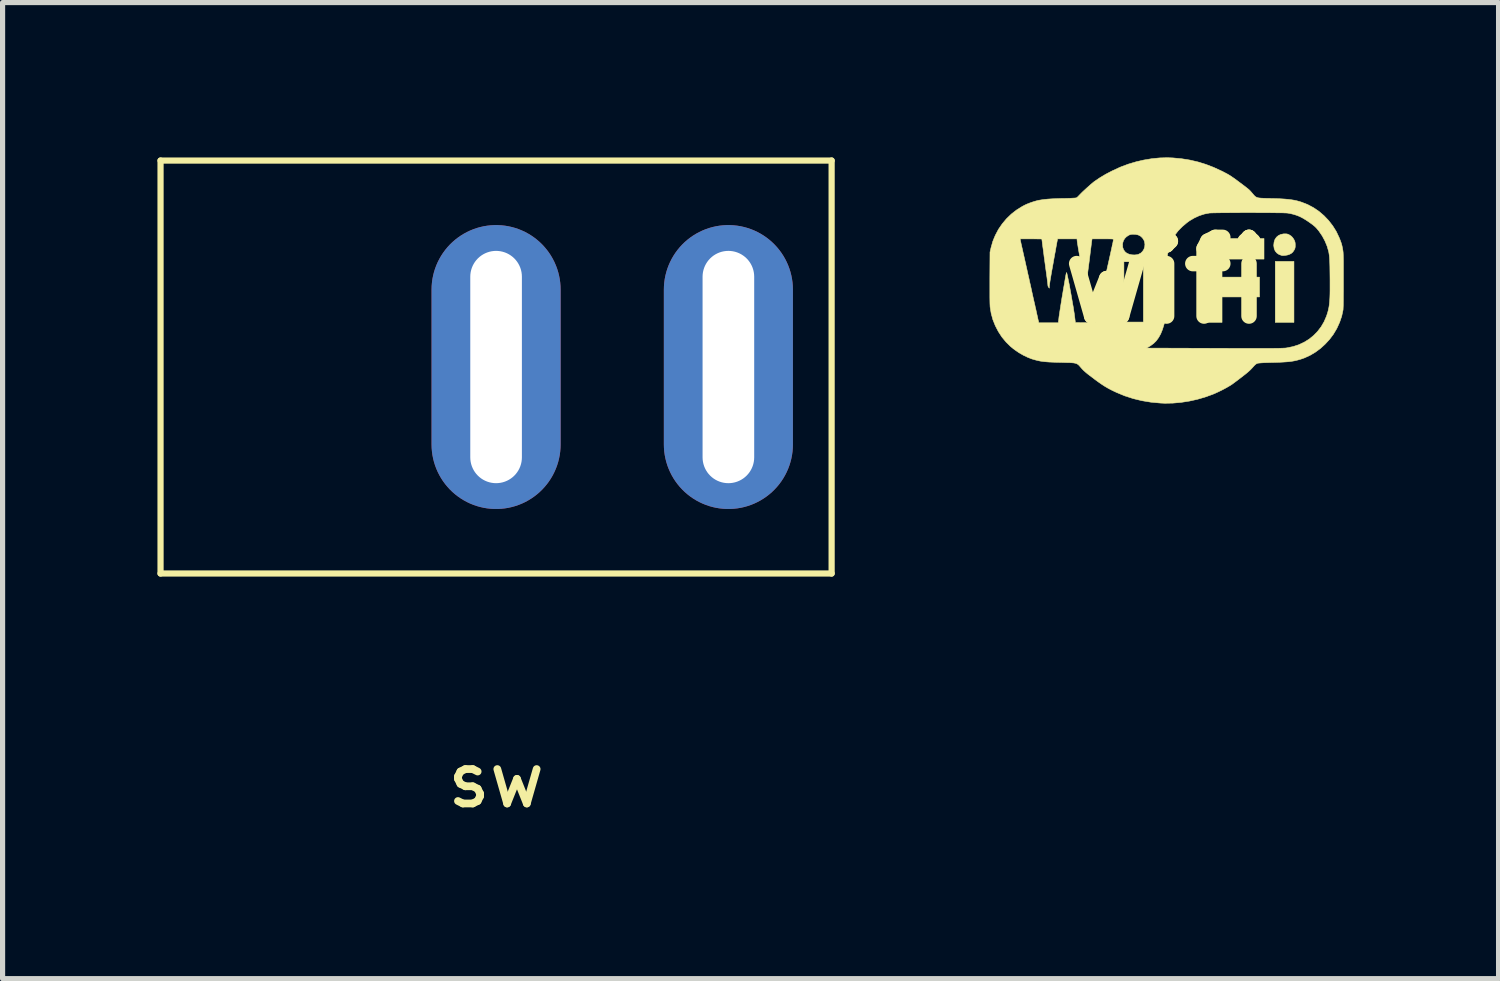
<source format=kicad_pcb>
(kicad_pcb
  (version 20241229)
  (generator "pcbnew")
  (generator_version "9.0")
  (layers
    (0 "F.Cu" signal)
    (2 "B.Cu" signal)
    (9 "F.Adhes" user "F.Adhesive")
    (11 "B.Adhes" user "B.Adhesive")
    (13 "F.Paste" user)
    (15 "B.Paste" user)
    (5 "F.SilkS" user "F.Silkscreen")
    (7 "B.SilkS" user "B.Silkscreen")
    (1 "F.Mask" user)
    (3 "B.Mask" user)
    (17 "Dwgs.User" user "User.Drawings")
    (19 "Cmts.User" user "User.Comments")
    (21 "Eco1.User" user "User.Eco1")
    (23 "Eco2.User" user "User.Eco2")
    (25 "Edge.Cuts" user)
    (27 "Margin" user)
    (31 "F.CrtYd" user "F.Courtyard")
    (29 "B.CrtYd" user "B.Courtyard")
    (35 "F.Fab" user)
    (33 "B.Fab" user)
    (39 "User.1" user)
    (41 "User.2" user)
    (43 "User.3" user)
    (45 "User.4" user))
  (footprint "wifi"
    (layer "F.Cu")
    (at 19.549 2.383)
    (property "Reference" "wifi" (at 0 0 0) (layer "F.SilkS") (effects (font (size 1.524 1.524) (thickness 0.3))))
    (attr through_hole)
    (fp_poly (pts (xy 2.467 0.813) (xy 2.105 0.813) (xy 2.105 -0.37) (xy 2.467 -0.37) (xy 2.467 0.813)) (stroke (width 0.01) (type solid)) (fill yes) (layer "F.SilkS"))
    (fp_poly (pts (xy 1.887 -0.414) (xy 1.074 -0.414) (xy 1.074 -0.065) (xy 1.8 -0.065) (xy 1.8 0.319) (xy 1.074 0.319) (xy 1.074 0.813) (xy 0.682 0.813) (xy 0.682 -0.813) (xy 1.887 -0.813) (xy 1.887 -0.414)) (stroke (width 0.01) (type solid)) (fill yes) (layer "F.SilkS"))
    (fp_poly (pts (xy 2.317 -0.903) (xy 2.34 -0.899) (xy 2.361 -0.892) (xy 2.379 -0.882) (xy 2.413 -0.86) (xy 2.439 -0.834) (xy 2.462 -0.801) (xy 2.473 -0.781) (xy 2.483 -0.758) (xy 2.489 -0.736) (xy 2.492 -0.708) (xy 2.492 -0.686) (xy 2.492 -0.654) (xy 2.489 -0.632) (xy 2.483 -0.612) (xy 2.472 -0.59) (xy 2.471 -0.589) (xy 2.445 -0.55) (xy 2.412 -0.522) (xy 2.369 -0.501) (xy 2.368 -0.501) (xy 2.34 -0.493) (xy 2.307 -0.487) (xy 2.273 -0.483) (xy 2.245 -0.482) (xy 2.232 -0.484) (xy 2.178 -0.503) (xy 2.136 -0.532) (xy 2.104 -0.57) (xy 2.084 -0.617) (xy 2.076 -0.672) (xy 2.076 -0.686) (xy 2.082 -0.744) (xy 2.099 -0.795) (xy 2.128 -0.838) (xy 2.166 -0.87) (xy 2.213 -0.892) (xy 2.268 -0.903) (xy 2.286 -0.903) (xy 2.317 -0.903)) (stroke (width 0.01) (type solid)) (fill yes) (layer "F.SilkS"))
    (fp_poly (pts (xy 0.122 -2.374) (xy 0.292 -2.358) (xy 0.453 -2.332) (xy 0.608 -2.296) (xy 0.76 -2.249) (xy 0.911 -2.191) (xy 1.065 -2.12) (xy 1.077 -2.115) (xy 1.122 -2.091) (xy 1.163 -2.07) (xy 1.202 -2.048) (xy 1.24 -2.024) (xy 1.28 -1.997) (xy 1.325 -1.966) (xy 1.376 -1.928) (xy 1.436 -1.883) (xy 1.441 -1.88) (xy 1.488 -1.844) (xy 1.525 -1.816) (xy 1.554 -1.793) (xy 1.577 -1.775) (xy 1.595 -1.76) (xy 1.61 -1.745) (xy 1.624 -1.731) (xy 1.639 -1.714) (xy 1.655 -1.695) (xy 1.664 -1.685) (xy 1.683 -1.662) (xy 1.7 -1.643) (xy 1.716 -1.628) (xy 1.732 -1.617) (xy 1.752 -1.608) (xy 1.775 -1.601) (xy 1.804 -1.597) (xy 1.841 -1.594) (xy 1.888 -1.592) (xy 1.945 -1.59) (xy 2.015 -1.589) (xy 2.017 -1.588) (xy 2.12 -1.586) (xy 2.209 -1.582) (xy 2.288 -1.577) (xy 2.357 -1.571) (xy 2.419 -1.563) (xy 2.475 -1.554) (xy 2.528 -1.542) (xy 2.578 -1.528) (xy 2.613 -1.517) (xy 2.733 -1.47) (xy 2.846 -1.41) (xy 2.952 -1.338) (xy 3.049 -1.255) (xy 3.138 -1.162) (xy 3.217 -1.06) (xy 3.286 -0.95) (xy 3.342 -0.832) (xy 3.355 -0.801) (xy 3.37 -0.761) (xy 3.382 -0.729) (xy 3.39 -0.701) (xy 3.398 -0.672) (xy 3.405 -0.637) (xy 3.411 -0.607) (xy 3.413 -0.592) (xy 3.416 -0.577) (xy 3.418 -0.56) (xy 3.42 -0.542) (xy 3.421 -0.521) (xy 3.422 -0.495) (xy 3.423 -0.464) (xy 3.424 -0.426) (xy 3.425 -0.38) (xy 3.425 -0.326) (xy 3.425 -0.261) (xy 3.425 -0.186) (xy 3.425 -0.098) (xy 3.425 -0.001) (xy 3.425 0.108) (xy 3.425 0.208) (xy 3.424 0.297) (xy 3.424 0.374) (xy 3.423 0.44) (xy 3.422 0.494) (xy 3.42 0.535) (xy 3.419 0.562) (xy 3.418 0.573) (xy 3.392 0.693) (xy 3.352 0.81) (xy 3.299 0.927) (xy 3.291 0.941) (xy 3.229 1.045) (xy 3.155 1.143) (xy 3.071 1.234) (xy 2.98 1.317) (xy 2.882 1.389) (xy 2.779 1.45) (xy 2.673 1.499) (xy 2.614 1.52) (xy 2.568 1.534) (xy 2.524 1.546) (xy 2.481 1.556) (xy 2.436 1.564) (xy 2.388 1.571) (xy 2.335 1.576) (xy 2.275 1.58) (xy 2.206 1.584) (xy 2.125 1.587) (xy 2.043 1.589) (xy 1.963 1.591) (xy 1.897 1.593) (xy 1.844 1.596) (xy 1.804 1.599) (xy 1.776 1.602) (xy 1.76 1.605) (xy 1.76 1.605) (xy 1.734 1.618) (xy 1.706 1.642) (xy 1.698 1.65) (xy 1.677 1.673) (xy 1.651 1.702) (xy 1.625 1.729) (xy 1.623 1.731) (xy 1.605 1.748) (xy 1.577 1.773) (xy 1.541 1.803) (xy 1.498 1.837) (xy 1.449 1.875) (xy 1.397 1.915) (xy 1.344 1.955) (xy 1.29 1.995) (xy 1.274 2.007) (xy 1.235 2.033) (xy 1.185 2.062) (xy 1.128 2.094) (xy 1.067 2.126) (xy 1.003 2.157) (xy 0.942 2.185) (xy 0.898 2.204) (xy 0.751 2.257) (xy 0.598 2.302) (xy 0.44 2.337) (xy 0.28 2.362) (xy 0.122 2.376) (xy -0.032 2.379) (xy -0.12 2.375) (xy -0.304 2.358) (xy -0.479 2.329) (xy -0.648 2.288) (xy -0.812 2.235) (xy -0.971 2.169) (xy -1.045 2.134) (xy -1.094 2.109) (xy -1.139 2.085) (xy -1.182 2.06) (xy -1.225 2.033) (xy -1.27 2.003) (xy -1.32 1.968) (xy -1.378 1.926) (xy -1.433 1.884) (xy -1.486 1.844) (xy -1.528 1.812) (xy -1.562 1.784) (xy -1.59 1.759) (xy -1.614 1.737) (xy -1.636 1.714) (xy -1.651 1.697) (xy -1.673 1.672) (xy -1.691 1.651) (xy -1.708 1.634) (xy -1.726 1.621) (xy -1.745 1.611) (xy -1.768 1.604) (xy -1.796 1.598) (xy -1.831 1.595) (xy -1.875 1.592) (xy -1.929 1.591) (xy -1.994 1.589) (xy -2.035 1.588) (xy -2.129 1.586) (xy -2.21 1.583) (xy -2.281 1.58) (xy -2.342 1.575) (xy -2.397 1.569) (xy -2.447 1.562) (xy -2.493 1.552) (xy -2.538 1.541) (xy -2.584 1.528) (xy -2.617 1.518) (xy -2.695 1.487) (xy -2.778 1.447) (xy -2.861 1.399) (xy -2.941 1.344) (xy -2.984 1.31) (xy -0.388 1.31) (xy 0.806 1.314) (xy 0.978 1.315) (xy 1.136 1.315) (xy 1.281 1.316) (xy 1.414 1.316) (xy 1.534 1.316) (xy 1.643 1.316) (xy 1.741 1.316) (xy 1.829 1.316) (xy 1.908 1.316) (xy 1.977 1.316) (xy 2.039 1.316) (xy 2.092 1.315) (xy 2.139 1.315) (xy 2.179 1.314) (xy 2.213 1.313) (xy 2.243 1.312) (xy 2.267 1.311) (xy 2.288 1.31) (xy 2.305 1.309) (xy 2.32 1.307) (xy 2.332 1.305) (xy 2.333 1.305) (xy 2.45 1.281) (xy 2.561 1.245) (xy 2.665 1.196) (xy 2.761 1.137) (xy 2.848 1.066) (xy 2.926 0.986) (xy 2.994 0.897) (xy 3.051 0.799) (xy 3.097 0.693) (xy 3.117 0.632) (xy 3.128 0.593) (xy 3.137 0.554) (xy 3.145 0.516) (xy 3.151 0.475) (xy 3.156 0.432) (xy 3.16 0.383) (xy 3.163 0.328) (xy 3.165 0.265) (xy 3.166 0.193) (xy 3.166 0.11) (xy 3.166 0.013) (xy 3.166 -0.011) (xy 3.165 -0.111) (xy 3.164 -0.198) (xy 3.163 -0.273) (xy 3.161 -0.338) (xy 3.159 -0.393) (xy 3.156 -0.44) (xy 3.152 -0.481) (xy 3.147 -0.516) (xy 3.142 -0.547) (xy 3.138 -0.565) (xy 3.109 -0.665) (xy 3.067 -0.766) (xy 3.015 -0.863) (xy 2.953 -0.954) (xy 2.907 -1.01) (xy 2.879 -1.039) (xy 2.84 -1.072) (xy 2.793 -1.107) (xy 2.742 -1.143) (xy 2.69 -1.177) (xy 2.638 -1.208) (xy 2.59 -1.233) (xy 2.58 -1.238) (xy 2.52 -1.262) (xy 2.452 -1.283) (xy 2.383 -1.299) (xy 2.337 -1.306) (xy 2.319 -1.307) (xy 2.288 -1.308) (xy 2.245 -1.31) (xy 2.191 -1.31) (xy 2.128 -1.311) (xy 2.056 -1.312) (xy 1.978 -1.313) (xy 1.894 -1.313) (xy 1.806 -1.313) (xy 1.715 -1.314) (xy 1.622 -1.314) (xy 1.528 -1.314) (xy 1.436 -1.314) (xy 1.345 -1.313) (xy 1.257 -1.313) (xy 1.174 -1.312) (xy 1.097 -1.312) (xy 1.027 -1.311) (xy 0.965 -1.31) (xy 0.913 -1.309) (xy 0.872 -1.308) (xy 0.843 -1.307) (xy 0.829 -1.306) (xy 0.732 -1.287) (xy 0.635 -1.256) (xy 0.539 -1.212) (xy 0.447 -1.158) (xy 0.392 -1.118) (xy 0.301 -1.041) (xy 0.224 -0.962) (xy 0.161 -0.88) (xy 0.109 -0.794) (xy 0.07 -0.703) (xy 0.043 -0.611) (xy 0.035 -0.58) (xy 0.029 -0.552) (xy 0.023 -0.527) (xy 0.018 -0.503) (xy 0.015 -0.479) (xy 0.012 -0.454) (xy 0.009 -0.426) (xy 0.007 -0.394) (xy 0.006 -0.357) (xy 0.005 -0.313) (xy 0.004 -0.261) (xy 0.004 -0.2) (xy 0.004 -0.128) (xy 0.004 -0.045) (xy 0.003 0.051) (xy 0.003 0.16) (xy 0.003 0.255) (xy 0.002 0.339) (xy 0.002 0.412) (xy 0.000322 0.475) (xy -0.001 0.53) (xy -0.004 0.578) (xy -0.007 0.621) (xy -0.011 0.659) (xy -0.015 0.694) (xy -0.021 0.727) (xy -0.027 0.759) (xy -0.035 0.792) (xy -0.043 0.827) (xy -0.05 0.853) (xy -0.08 0.95) (xy -0.114 1.034) (xy -0.154 1.106) (xy -0.199 1.168) (xy -0.252 1.221) (xy -0.312 1.265) (xy -0.327 1.274) (xy -0.388 1.31) (xy -2.984 1.31) (xy -3.014 1.286) (xy -3.023 1.279) (xy -3.111 1.192) (xy -3.191 1.095) (xy -3.26 0.989) (xy -3.318 0.877) (xy -3.365 0.76) (xy -3.398 0.64) (xy -3.418 0.519) (xy -3.419 0.515) (xy -3.42 0.489) (xy -3.422 0.448) (xy -3.423 0.393) (xy -3.424 0.324) (xy -3.424 0.241) (xy -3.424 0.145) (xy -3.424 0.036) (xy -3.424 -0.054) (xy -3.421 -0.548) (xy -3.402 -0.632) (xy -3.367 -0.756) (xy -3.347 -0.806) (xy -2.837 -0.806) (xy -2.833 -0.782) (xy -2.83 -0.767) (xy -2.824 -0.74) (xy -2.817 -0.706) (xy -2.808 -0.668) (xy -2.805 -0.653) (xy -2.794 -0.606) (xy -2.782 -0.551) (xy -2.769 -0.494) (xy -2.757 -0.441) (xy -2.755 -0.432) (xy -2.744 -0.383) (xy -2.731 -0.325) (xy -2.718 -0.266) (xy -2.705 -0.209) (xy -2.7 -0.185) (xy -2.689 -0.135) (xy -2.677 -0.084) (xy -2.665 -0.031) (xy -2.653 0.026) (xy -2.638 0.09) (xy -2.622 0.163) (xy -2.604 0.247) (xy -2.594 0.292) (xy -2.583 0.341) (xy -2.571 0.394) (xy -2.559 0.445) (xy -2.549 0.489) (xy -2.547 0.501) (xy -2.536 0.547) (xy -2.525 0.598) (xy -2.514 0.649) (xy -2.507 0.679) (xy -2.499 0.715) (xy -2.492 0.749) (xy -2.485 0.777) (xy -2.481 0.793) (xy -2.474 0.82) (xy -2.099 0.82) (xy -2.095 0.793) (xy -2.091 0.77) (xy -2.088 0.741) (xy -2.086 0.722) (xy -2.084 0.703) (xy -2.079 0.671) (xy -2.073 0.631) (xy -2.066 0.584) (xy -2.058 0.534) (xy -2.053 0.501) (xy -2.045 0.449) (xy -2.037 0.401) (xy -2.03 0.354) (xy -2.022 0.307) (xy -2.013 0.256) (xy -2.004 0.2) (xy -1.993 0.136) (xy -1.98 0.063) (xy -1.966 -0.022) (xy -1.962 -0.046) (xy -1.955 -0.084) (xy -1.949 -0.116) (xy -1.943 -0.139) (xy -1.939 -0.153) (xy -1.938 -0.154) (xy -1.934 -0.145) (xy -1.928 -0.123) (xy -1.921 -0.09) (xy -1.912 -0.049) (xy -1.902 -0.001) (xy -1.891 0.053) (xy -1.88 0.109) (xy -1.87 0.167) (xy -1.862 0.21) (xy -1.852 0.266) (xy -1.841 0.329) (xy -1.83 0.393) (xy -1.82 0.452) (xy -1.814 0.483) (xy -1.805 0.534) (xy -1.797 0.59) (xy -1.788 0.645) (xy -1.782 0.694) (xy -1.779 0.715) (xy -1.767 0.816) (xy -1.375 0.82) (xy -1.362 0.742) (xy -1.355 0.706) (xy -1.347 0.661) (xy -1.337 0.612) (xy -1.327 0.563) (xy -1.323 0.548) (xy -1.304 0.46) (xy -1.283 0.362) (xy -1.26 0.257) (xy -1.236 0.149) (xy -1.212 0.042) (xy -1.19 -0.061) (xy -1.169 -0.155) (xy -1.168 -0.156) (xy -1.157 -0.206) (xy -1.146 -0.257) (xy -1.134 -0.309) (xy -1.122 -0.363) (xy -0.827 -0.363) (xy -0.827 0.806) (xy -0.45 0.806) (xy -0.45 -0.363) (xy -0.827 -0.363) (xy -1.122 -0.363) (xy -1.121 -0.366) (xy -1.107 -0.429) (xy -1.091 -0.501) (xy -1.073 -0.583) (xy -1.06 -0.643) (xy -1.052 -0.68) (xy -0.854 -0.68) (xy -0.848 -0.635) (xy -0.832 -0.593) (xy -0.805 -0.556) (xy -0.772 -0.529) (xy -0.727 -0.509) (xy -0.675 -0.497) (xy -0.62 -0.494) (xy -0.567 -0.5) (xy -0.542 -0.508) (xy -0.499 -0.531) (xy -0.464 -0.565) (xy -0.439 -0.606) (xy -0.424 -0.652) (xy -0.42 -0.702) (xy -0.428 -0.751) (xy -0.439 -0.78) (xy -0.468 -0.825) (xy -0.505 -0.859) (xy -0.551 -0.882) (xy -0.605 -0.893) (xy -0.636 -0.894) (xy -0.669 -0.894) (xy -0.694 -0.891) (xy -0.716 -0.884) (xy -0.736 -0.875) (xy -0.778 -0.847) (xy -0.812 -0.812) (xy -0.836 -0.771) (xy -0.85 -0.726) (xy -0.854 -0.68) (xy -1.052 -0.68) (xy -1.05 -0.686) (xy -1.042 -0.725) (xy -1.036 -0.757) (xy -1.032 -0.78) (xy -1.031 -0.79) (xy -1.031 -0.795) (xy -1.033 -0.798) (xy -1.038 -0.801) (xy -1.048 -0.803) (xy -1.065 -0.804) (xy -1.089 -0.805) (xy -1.123 -0.805) (xy -1.168 -0.806) (xy -1.226 -0.806) (xy -1.443 -0.806) (xy -1.447 -0.786) (xy -1.449 -0.772) (xy -1.453 -0.746) (xy -1.457 -0.713) (xy -1.462 -0.673) (xy -1.465 -0.646) (xy -1.471 -0.601) (xy -1.478 -0.546) (xy -1.485 -0.486) (xy -1.493 -0.424) (xy -1.5 -0.366) (xy -1.501 -0.359) (xy -1.509 -0.298) (xy -1.518 -0.23) (xy -1.527 -0.16) (xy -1.535 -0.093) (xy -1.543 -0.036) (xy -1.549 0.01) (xy -1.554 0.052) (xy -1.56 0.087) (xy -1.564 0.113) (xy -1.567 0.128) (xy -1.568 0.13) (xy -1.574 0.135) (xy -1.581 0.125) (xy -1.588 0.1) (xy -1.596 0.062) (xy -1.6 0.032) (xy -1.603 0.012) (xy -1.606 -0.01) (xy -1.61 -0.034) (xy -1.615 -0.063) (xy -1.62 -0.096) (xy -1.627 -0.136) (xy -1.635 -0.183) (xy -1.645 -0.239) (xy -1.656 -0.305) (xy -1.67 -0.382) (xy -1.685 -0.471) (xy -1.694 -0.525) (xy -1.703 -0.578) (xy -1.712 -0.629) (xy -1.719 -0.675) (xy -1.726 -0.715) (xy -1.73 -0.744) (xy -1.732 -0.759) (xy -1.736 -0.806) (xy -2.112 -0.806) (xy -2.115 -0.789) (xy -2.117 -0.776) (xy -2.122 -0.752) (xy -2.128 -0.72) (xy -2.134 -0.683) (xy -2.137 -0.671) (xy -2.145 -0.626) (xy -2.154 -0.572) (xy -2.165 -0.516) (xy -2.174 -0.464) (xy -2.177 -0.45) (xy -2.196 -0.342) (xy -2.213 -0.248) (xy -2.228 -0.166) (xy -2.24 -0.095) (xy -2.25 -0.036) (xy -2.258 0.013) (xy -2.264 0.053) (xy -2.268 0.084) (xy -2.271 0.108) (xy -2.272 0.125) (xy -2.272 0.126) (xy -2.272 0.149) (xy -2.286 0.132) (xy -2.297 0.112) (xy -2.3 0.092) (xy -2.301 0.085) (xy -2.301 0.076) (xy -2.303 0.062) (xy -2.305 0.043) (xy -2.308 0.018) (xy -2.312 -0.014) (xy -2.317 -0.054) (xy -2.324 -0.103) (xy -2.332 -0.163) (xy -2.342 -0.234) (xy -2.353 -0.317) (xy -2.366 -0.414) (xy -2.373 -0.462) (xy -2.379 -0.513) (xy -2.386 -0.566) (xy -2.393 -0.618) (xy -2.4 -0.667) (xy -2.406 -0.712) (xy -2.41 -0.75) (xy -2.414 -0.779) (xy -2.416 -0.797) (xy -2.417 -0.802) (xy -2.424 -0.803) (xy -2.443 -0.804) (xy -2.474 -0.804) (xy -2.513 -0.805) (xy -2.56 -0.805) (xy -2.613 -0.806) (xy -2.627 -0.806) (xy -2.837 -0.806) (xy -3.347 -0.806) (xy -3.318 -0.875) (xy -3.258 -0.989) (xy -3.185 -1.096) (xy -3.102 -1.195) (xy -3.009 -1.285) (xy -2.907 -1.365) (xy -2.796 -1.434) (xy -2.751 -1.458) (xy -2.704 -1.48) (xy -2.648 -1.502) (xy -2.59 -1.522) (xy -2.534 -1.539) (xy -2.486 -1.551) (xy -2.482 -1.552) (xy -2.429 -1.561) (xy -2.37 -1.569) (xy -2.304 -1.576) (xy -2.229 -1.581) (xy -2.143 -1.585) (xy -2.046 -1.588) (xy -2.007 -1.588) (xy -1.928 -1.59) (xy -1.863 -1.592) (xy -1.813 -1.595) (xy -1.776 -1.597) (xy -1.753 -1.6) (xy -1.745 -1.602) (xy -1.732 -1.611) (xy -1.714 -1.628) (xy -1.694 -1.649) (xy -1.69 -1.653) (xy -1.664 -1.68) (xy -1.63 -1.714) (xy -1.59 -1.751) (xy -1.549 -1.789) (xy -1.506 -1.827) (xy -1.467 -1.862) (xy -1.431 -1.892) (xy -1.403 -1.915) (xy -1.397 -1.919) (xy -1.294 -1.989) (xy -1.179 -2.058) (xy -1.054 -2.123) (xy -0.92 -2.185) (xy -0.878 -2.203) (xy -0.738 -2.255) (xy -0.59 -2.299) (xy -0.438 -2.334) (xy -0.286 -2.359) (xy -0.134 -2.374) (xy 0.013 -2.378) (xy 0.122 -2.374)) (stroke (width 0.01) (type solid)) (fill yes) (layer "F.SilkS")))
  (footprint "sw"
    (layer "F.Cu")
    (at 6.56 4.06)
    (property "Reference" "sw" (at 0 8 0) (layer "F.SilkS") (effects (font (size 1 1) (thickness 0.15))))
    (attr through_hole)
    (fp_line (start -6.5 -4) (end -6.5 4) (stroke (width 0.12) (type solid)) (layer "F.SilkS"))
    (fp_line (start 6.5 -4) (end -6.5 -4) (stroke (width 0.12) (type solid)) (layer "F.SilkS"))
    (fp_line (start 6.5 -4) (end 6.5 4) (stroke (width 0.12) (type solid)) (layer "F.SilkS"))
    (fp_line (start 6.5 4) (end -6.5 4) (stroke (width 0.12) (type solid)) (layer "F.SilkS"))
    (pad "1" thru_hole oval (at 4.5 0) (size 2.5 5.5) (drill oval 1 4.5) (layers "*.Cu" "*.Mask"))
    (pad "2" thru_hole oval (at 0 0) (size 2.5 5.5) (drill oval 1 4.5) (layers "*.Cu" "*.Mask")))
  (gr_rect
    (start -3 -3)
    (end 25.98 15.908)
    (stroke (width 0.1) (type default))
    (fill no)
    (layer "Edge.Cuts")))
</source>
